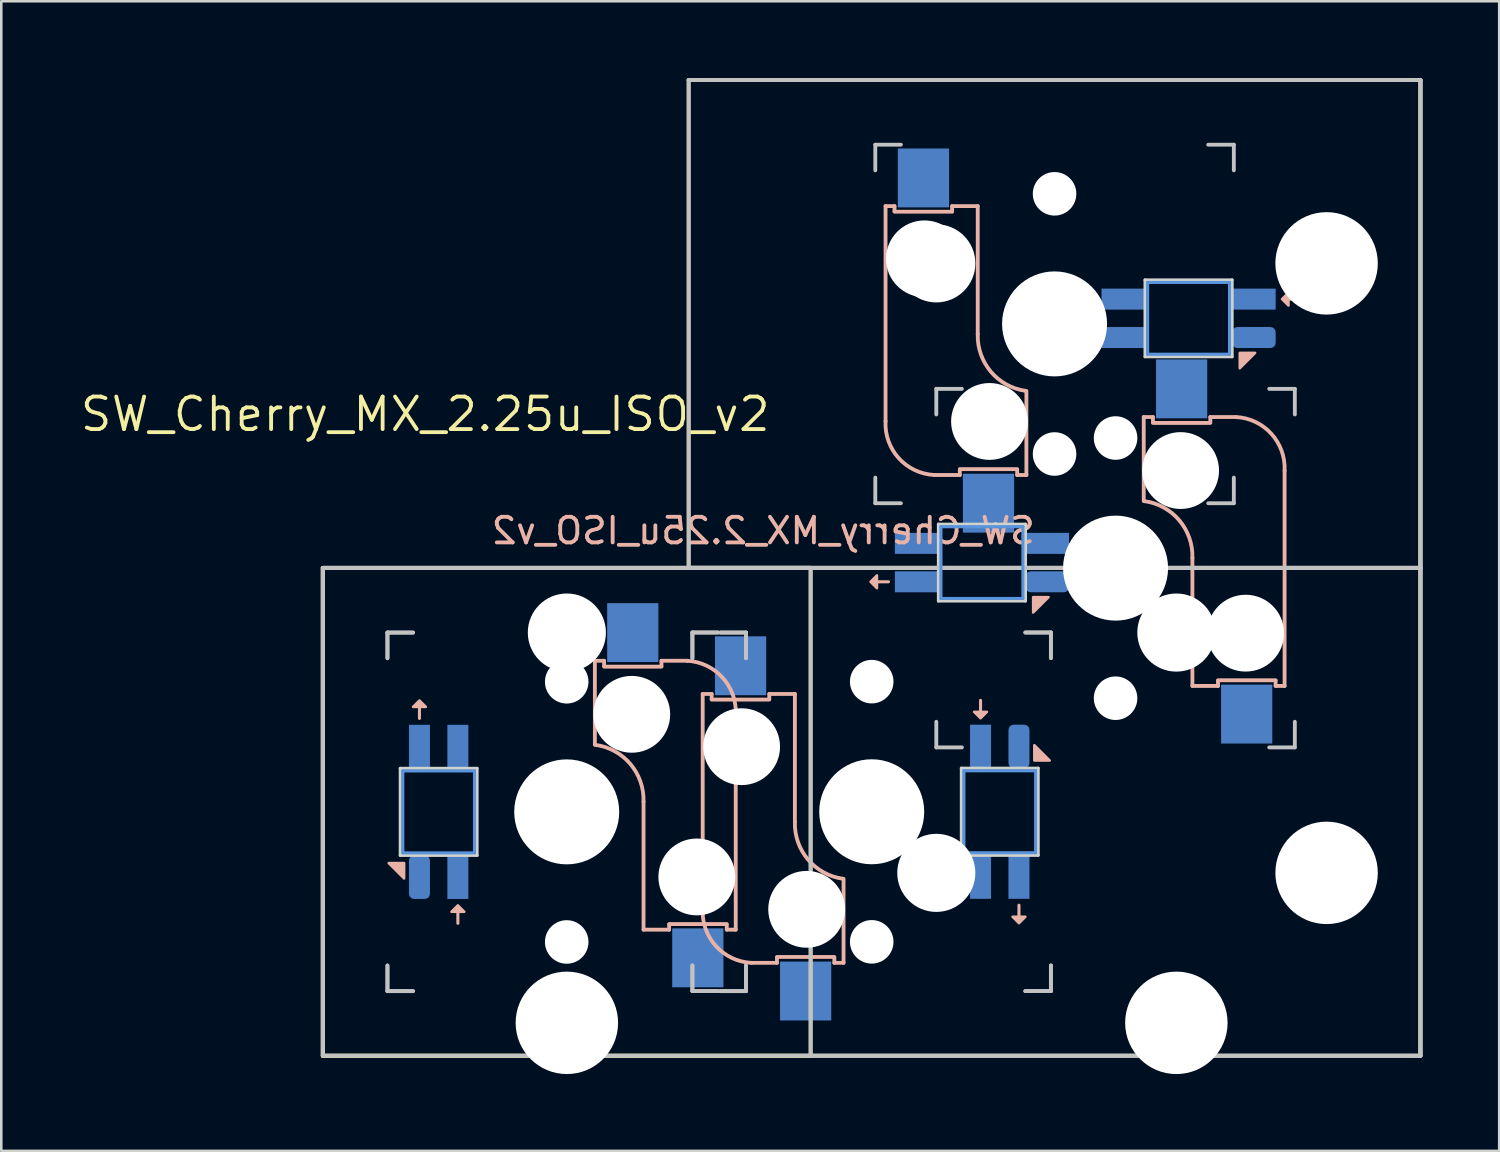
<source format=kicad_pcb>
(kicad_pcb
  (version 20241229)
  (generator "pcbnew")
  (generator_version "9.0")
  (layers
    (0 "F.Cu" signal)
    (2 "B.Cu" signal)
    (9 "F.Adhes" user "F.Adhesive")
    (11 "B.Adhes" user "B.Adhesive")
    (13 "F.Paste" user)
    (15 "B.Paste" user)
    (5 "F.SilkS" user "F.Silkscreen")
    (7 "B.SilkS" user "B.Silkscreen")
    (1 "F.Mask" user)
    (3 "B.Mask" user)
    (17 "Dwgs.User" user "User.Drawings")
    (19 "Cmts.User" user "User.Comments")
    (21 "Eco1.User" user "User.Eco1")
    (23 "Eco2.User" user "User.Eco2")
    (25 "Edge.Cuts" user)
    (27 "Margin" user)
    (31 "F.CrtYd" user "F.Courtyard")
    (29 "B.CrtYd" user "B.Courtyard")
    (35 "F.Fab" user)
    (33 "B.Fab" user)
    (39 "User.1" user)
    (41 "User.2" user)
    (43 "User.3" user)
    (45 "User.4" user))
  (footprint "SW_Cherry_MX_2.25u_ISO_v2"
    (layer "F.Cu")
    (at 9.554 19.125)
    (property "Reference" "SW_Cherry_MX_2.25u_ISO_v2" (at 4 -6 0) (layer "F.SilkS") (effects (font (size 1.27 1.27) (thickness 0.15))))
    (attr through_hole)
    (fp_line (start 0 0) (end 19.05 0) (stroke (width 0.15) (type solid)) (layer "F.SilkS"))
    (fp_line (start 0 0) (end 42.862 0) (stroke (width 0.15) (type solid)) (layer "F.SilkS"))
    (fp_line (start 0 19.05) (end 0 0) (stroke (width 0.15) (type solid)) (layer "F.SilkS"))
    (fp_line (start 0 19.05) (end 0 0) (stroke (width 0.15) (type solid)) (layer "F.SilkS"))
    (fp_line (start 14.287 -19.05) (end 42.862 -19.05) (stroke (width 0.15) (type solid)) (layer "F.SilkS"))
    (fp_line (start 14.287 0) (end 14.287 -19.05) (stroke (width 0.15) (type solid)) (layer "F.SilkS"))
    (fp_line (start 19.05 0) (end 19.05 19.05) (stroke (width 0.15) (type solid)) (layer "F.SilkS"))
    (fp_line (start 19.05 19.05) (end 0 19.05) (stroke (width 0.15) (type solid)) (layer "F.SilkS"))
    (fp_line (start 42.862 -19.05) (end 42.862 0) (stroke (width 0.15) (type solid)) (layer "F.SilkS"))
    (fp_line (start 42.862 0) (end 14.287 0) (stroke (width 0.15) (type solid)) (layer "F.SilkS"))
    (fp_line (start 42.862 0) (end 42.862 19.05) (stroke (width 0.15) (type solid)) (layer "F.SilkS"))
    (fp_line (start 42.862 19.05) (end 0 19.05) (stroke (width 0.15) (type solid)) (layer "F.SilkS"))
    (fp_line (start 3.775 5.428) (end 3.775 5.878) (stroke (width 0.12) (type solid)) (layer "B.SilkS"))
    (fp_line (start 5.275 13.428) (end 5.275 13.877) (stroke (width 0.12) (type solid)) (layer "B.SilkS"))
    (fp_line (start 10.625 3.627) (end 10.625 6.907) (stroke (width 0.15) (type solid)) (layer "B.SilkS"))
    (fp_line (start 10.625 3.627) (end 10.985 3.627) (stroke (width 0.15) (type solid)) (layer "B.SilkS"))
    (fp_line (start 10.985 3.828) (end 10.985 3.627) (stroke (width 0.15) (type solid)) (layer "B.SilkS"))
    (fp_line (start 12.525 9.127) (end 12.525 14.127) (stroke (width 0.15) (type solid)) (layer "B.SilkS"))
    (fp_line (start 12.525 14.127) (end 13.525 14.127) (stroke (width 0.15) (type solid)) (layer "B.SilkS"))
    (fp_line (start 13.225 3.627) (end 13.225 3.828) (stroke (width 0.15) (type solid)) (layer "B.SilkS"))
    (fp_line (start 13.225 3.857) (end 10.985 3.857) (stroke (width 0.15) (type solid)) (layer "B.SilkS"))
    (fp_line (start 13.525 13.908) (end 15.775 13.908) (stroke (width 0.15) (type solid)) (layer "B.SilkS"))
    (fp_line (start 13.525 14.127) (end 13.525 13.928) (stroke (width 0.15) (type solid)) (layer "B.SilkS"))
    (fp_line (start 14.225 3.627) (end 13.225 3.627) (stroke (width 0.15) (type solid)) (layer "B.SilkS"))
    (fp_line (start 14.835 4.923) (end 14.835 13.323) (stroke (width 0.15) (type solid)) (layer "B.SilkS"))
    (fp_line (start 15.185 4.923) (end 14.835 4.923) (stroke (width 0.15) (type solid)) (layer "B.SilkS"))
    (fp_line (start 15.185 5.122) (end 15.185 4.923) (stroke (width 0.15) (type solid)) (layer "B.SilkS"))
    (fp_line (start 15.775 13.928) (end 15.775 14.127) (stroke (width 0.15) (type solid)) (layer "B.SilkS"))
    (fp_line (start 15.775 14.127) (end 16.125 14.127) (stroke (width 0.15) (type solid)) (layer "B.SilkS"))
    (fp_line (start 16.125 14.127) (end 16.125 5.727) (stroke (width 0.15) (type solid)) (layer "B.SilkS"))
    (fp_line (start 16.735 15.422) (end 17.735 15.422) (stroke (width 0.15) (type solid)) (layer "B.SilkS"))
    (fp_line (start 17.435 4.923) (end 17.435 5.122) (stroke (width 0.15) (type solid)) (layer "B.SilkS"))
    (fp_line (start 17.435 5.143) (end 15.185 5.143) (stroke (width 0.15) (type solid)) (layer "B.SilkS"))
    (fp_line (start 17.735 15.193) (end 19.975 15.193) (stroke (width 0.15) (type solid)) (layer "B.SilkS"))
    (fp_line (start 17.735 15.422) (end 17.735 15.223) (stroke (width 0.15) (type solid)) (layer "B.SilkS"))
    (fp_line (start 18.435 4.923) (end 17.435 4.923) (stroke (width 0.15) (type solid)) (layer "B.SilkS"))
    (fp_line (start 18.435 9.922) (end 18.435 4.923) (stroke (width 0.15) (type solid)) (layer "B.SilkS"))
    (fp_line (start 19.975 15.223) (end 19.975 15.422) (stroke (width 0.15) (type solid)) (layer "B.SilkS"))
    (fp_line (start 20.335 15.422) (end 19.975 15.422) (stroke (width 0.15) (type solid)) (layer "B.SilkS"))
    (fp_line (start 20.335 15.422) (end 20.335 12.143) (stroke (width 0.15) (type solid)) (layer "B.SilkS"))
    (fp_line (start 21.639 0.543) (end 22.089 0.543) (stroke (width 0.12) (type solid)) (layer "B.SilkS"))
    (fp_line (start 21.975 -14.127) (end 21.975 -5.727) (stroke (width 0.15) (type solid)) (layer "B.SilkS"))
    (fp_line (start 22.325 -14.127) (end 21.975 -14.127) (stroke (width 0.15) (type solid)) (layer "B.SilkS"))
    (fp_line (start 22.325 -13.928) (end 22.325 -14.127) (stroke (width 0.15) (type solid)) (layer "B.SilkS"))
    (fp_line (start 23.875 -3.627) (end 24.875 -3.627) (stroke (width 0.15) (type solid)) (layer "B.SilkS"))
    (fp_line (start 24.575 -14.127) (end 24.575 -13.928) (stroke (width 0.15) (type solid)) (layer "B.SilkS"))
    (fp_line (start 24.575 -13.908) (end 22.325 -13.908) (stroke (width 0.15) (type solid)) (layer "B.SilkS"))
    (fp_line (start 24.875 -3.857) (end 27.115 -3.857) (stroke (width 0.15) (type solid)) (layer "B.SilkS"))
    (fp_line (start 24.875 -3.627) (end 24.875 -3.828) (stroke (width 0.15) (type solid)) (layer "B.SilkS"))
    (fp_line (start 25.575 -14.127) (end 24.575 -14.127) (stroke (width 0.15) (type solid)) (layer "B.SilkS"))
    (fp_line (start 25.575 -9.127) (end 25.575 -14.127) (stroke (width 0.15) (type solid)) (layer "B.SilkS"))
    (fp_line (start 25.685 5.622) (end 25.685 5.173) (stroke (width 0.12) (type solid)) (layer "B.SilkS"))
    (fp_line (start 27.115 -3.828) (end 27.115 -3.627) (stroke (width 0.15) (type solid)) (layer "B.SilkS"))
    (fp_line (start 27.185 13.623) (end 27.185 13.172) (stroke (width 0.12) (type solid)) (layer "B.SilkS"))
    (fp_line (start 27.475 -3.627) (end 27.115 -3.627) (stroke (width 0.15) (type solid)) (layer "B.SilkS"))
    (fp_line (start 27.475 -3.627) (end 27.475 -6.907) (stroke (width 0.15) (type solid)) (layer "B.SilkS"))
    (fp_line (start 29.639 -0.957) (end 30.089 -0.957) (stroke (width 0.12) (type solid)) (layer "B.SilkS"))
    (fp_line (start 29.707 -8.995) (end 30.157 -8.995) (stroke (width 0.12) (type solid)) (layer "B.SilkS"))
    (fp_line (start 32.057 -5.891) (end 32.057 -2.611) (stroke (width 0.15) (type solid)) (layer "B.SilkS"))
    (fp_line (start 32.057 -5.891) (end 32.417 -5.891) (stroke (width 0.15) (type solid)) (layer "B.SilkS"))
    (fp_line (start 32.417 -5.691) (end 32.417 -5.891) (stroke (width 0.15) (type solid)) (layer "B.SilkS"))
    (fp_line (start 33.957 -0.391) (end 33.957 4.609) (stroke (width 0.15) (type solid)) (layer "B.SilkS"))
    (fp_line (start 33.957 4.609) (end 34.957 4.609) (stroke (width 0.15) (type solid)) (layer "B.SilkS"))
    (fp_line (start 34.657 -5.891) (end 34.657 -5.691) (stroke (width 0.15) (type solid)) (layer "B.SilkS"))
    (fp_line (start 34.657 -5.661) (end 32.417 -5.661) (stroke (width 0.15) (type solid)) (layer "B.SilkS"))
    (fp_line (start 34.957 4.389) (end 37.207 4.389) (stroke (width 0.15) (type solid)) (layer "B.SilkS"))
    (fp_line (start 34.957 4.609) (end 34.957 4.409) (stroke (width 0.15) (type solid)) (layer "B.SilkS"))
    (fp_line (start 35.657 -5.891) (end 34.657 -5.891) (stroke (width 0.15) (type solid)) (layer "B.SilkS"))
    (fp_line (start 37.207 4.409) (end 37.207 4.609) (stroke (width 0.15) (type solid)) (layer "B.SilkS"))
    (fp_line (start 37.207 4.609) (end 37.557 4.609) (stroke (width 0.15) (type solid)) (layer "B.SilkS"))
    (fp_line (start 37.557 4.609) (end 37.557 -3.791) (stroke (width 0.15) (type solid)) (layer "B.SilkS"))
    (fp_line (start 37.708 -10.495) (end 38.157 -10.495) (stroke (width 0.12) (type solid)) (layer "B.SilkS"))
    (fp_arc (start 10.646471 6.911182) (mid 12.011118 7.658791) (end 12.525 9.1275) (stroke (width 0.15) (type solid)) (layer "B.SilkS"))
    (fp_arc (start 14.224999 3.6275) (mid 15.609924 4.283996) (end 16.125 5.727499) (stroke (width 0.15) (type solid)) (layer "B.SilkS"))
    (fp_arc (start 16.735001 15.4225) (mid 15.350076 14.766004) (end 14.835 13.322501) (stroke (width 0.15) (type solid)) (layer "B.SilkS"))
    (fp_arc (start 20.313529 12.138818) (mid 18.948882 11.391209) (end 18.435 9.9225) (stroke (width 0.15) (type solid)) (layer "B.SilkS"))
    (fp_arc (start 23.875001 -3.6275) (mid 22.490076 -4.283996) (end 21.975 -5.727499) (stroke (width 0.15) (type solid)) (layer "B.SilkS"))
    (fp_arc (start 27.453529 -6.911182) (mid 26.088882 -7.658791) (end 25.575 -9.1275) (stroke (width 0.15) (type solid)) (layer "B.SilkS"))
    (fp_arc (start 32.078321 -2.607318) (mid 33.442968 -1.859709) (end 33.95685 -0.391) (stroke (width 0.15) (type solid)) (layer "B.SilkS"))
    (fp_arc (start 35.656849 -5.891) (mid 37.041774 -5.234504) (end 37.55685 -3.791001) (stroke (width 0.15) (type solid)) (layer "B.SilkS"))
    (fp_poly (pts (xy 2.575 11.527) (xy 3.175 11.527) (xy 3.175 12.127)) (stroke (width 0.1) (type solid)) (fill yes) (layer "B.SilkS"))
    (fp_poly (pts (xy 4.025 5.428) (xy 3.775 5.178) (xy 3.525 5.428)) (stroke (width 0.1) (type solid)) (fill yes) (layer "B.SilkS"))
    (fp_poly (pts (xy 5.525 13.428) (xy 5.275 13.178) (xy 5.025 13.428)) (stroke (width 0.1) (type solid)) (fill yes) (layer "B.SilkS"))
    (fp_poly (pts (xy 21.639 0.293) (xy 21.389 0.543) (xy 21.639 0.793)) (stroke (width 0.1) (type solid)) (fill yes) (layer "B.SilkS"))
    (fp_poly (pts (xy 25.435 5.622) (xy 25.685 5.872) (xy 25.935 5.622)) (stroke (width 0.1) (type solid)) (fill yes) (layer "B.SilkS"))
    (fp_poly (pts (xy 26.935 13.623) (xy 27.185 13.873) (xy 27.435 13.623)) (stroke (width 0.1) (type solid)) (fill yes) (layer "B.SilkS"))
    (fp_poly (pts (xy 27.739 1.743) (xy 27.739 1.143) (xy 28.339 1.143)) (stroke (width 0.1) (type solid)) (fill yes) (layer "B.SilkS"))
    (fp_poly (pts (xy 28.385 7.522) (xy 27.785 7.522) (xy 27.785 6.923)) (stroke (width 0.1) (type solid)) (fill yes) (layer "B.SilkS"))
    (fp_poly (pts (xy 29.639 -1.207) (xy 29.389 -0.957) (xy 29.639 -0.707)) (stroke (width 0.1) (type solid)) (fill yes) (layer "B.SilkS"))
    (fp_poly (pts (xy 29.707 -9.245) (xy 29.457 -8.995) (xy 29.707 -8.745)) (stroke (width 0.1) (type solid)) (fill yes) (layer "B.SilkS"))
    (fp_poly (pts (xy 35.807 -7.795) (xy 35.807 -8.395) (xy 36.407 -8.395)) (stroke (width 0.1) (type solid)) (fill yes) (layer "B.SilkS"))
    (fp_poly (pts (xy 37.708 -10.745) (xy 37.458 -10.495) (xy 37.708 -10.245)) (stroke (width 0.1) (type solid)) (fill yes) (layer "B.SilkS"))
    (fp_line (start 0 0) (end 19.05 0) (stroke (width 0.15) (type solid)) (layer "Dwgs.User"))
    (fp_line (start 0 0) (end 42.862 0) (stroke (width 0.15) (type solid)) (layer "Dwgs.User"))
    (fp_line (start 0 19.05) (end 0 0) (stroke (width 0.15) (type solid)) (layer "Dwgs.User"))
    (fp_line (start 2.525 2.525) (end 3.525 2.525) (stroke (width 0.15) (type solid)) (layer "Dwgs.User"))
    (fp_line (start 2.525 2.527) (end 2.525 3.527) (stroke (width 0.15) (type solid)) (layer "Dwgs.User"))
    (fp_line (start 2.525 3.525) (end 2.525 2.525) (stroke (width 0.15) (type solid)) (layer "Dwgs.User"))
    (fp_line (start 2.525 15.525) (end 2.525 16.525) (stroke (width 0.15) (type solid)) (layer "Dwgs.User"))
    (fp_line (start 2.525 15.527) (end 2.525 16.527) (stroke (width 0.15) (type solid)) (layer "Dwgs.User"))
    (fp_line (start 2.525 16.525) (end 3.525 16.525) (stroke (width 0.15) (type solid)) (layer "Dwgs.User"))
    (fp_line (start 2.525 16.527) (end 3.525 16.527) (stroke (width 0.15) (type solid)) (layer "Dwgs.User"))
    (fp_line (start 3.525 2.527) (end 2.525 2.527) (stroke (width 0.15) (type solid)) (layer "Dwgs.User"))
    (fp_line (start 14.287 -19.05) (end 14.287 0) (stroke (width 0.15) (type solid)) (layer "Dwgs.User"))
    (fp_line (start 14.287 -19.05) (end 42.862 -19.05) (stroke (width 0.15) (type solid)) (layer "Dwgs.User"))
    (fp_line (start 14.431 2.525) (end 15.431 2.525) (stroke (width 0.15) (type solid)) (layer "Dwgs.User"))
    (fp_line (start 14.431 3.525) (end 14.431 2.525) (stroke (width 0.15) (type solid)) (layer "Dwgs.User"))
    (fp_line (start 14.431 15.525) (end 14.431 16.525) (stroke (width 0.15) (type solid)) (layer "Dwgs.User"))
    (fp_line (start 14.431 16.525) (end 15.431 16.525) (stroke (width 0.15) (type solid)) (layer "Dwgs.User"))
    (fp_line (start 14.435 2.522) (end 14.435 3.522) (stroke (width 0.15) (type solid)) (layer "Dwgs.User"))
    (fp_line (start 14.435 2.522) (end 15.435 2.522) (stroke (width 0.15) (type solid)) (layer "Dwgs.User"))
    (fp_line (start 14.435 16.523) (end 14.435 15.523) (stroke (width 0.15) (type solid)) (layer "Dwgs.User"))
    (fp_line (start 15.435 16.523) (end 14.435 16.523) (stroke (width 0.15) (type solid)) (layer "Dwgs.User"))
    (fp_line (start 15.525 2.527) (end 16.525 2.527) (stroke (width 0.15) (type solid)) (layer "Dwgs.User"))
    (fp_line (start 15.525 16.525) (end 16.525 16.525) (stroke (width 0.15) (type solid)) (layer "Dwgs.User"))
    (fp_line (start 16.525 2.525) (end 15.525 2.525) (stroke (width 0.15) (type solid)) (layer "Dwgs.User"))
    (fp_line (start 16.525 2.525) (end 16.525 3.525) (stroke (width 0.15) (type solid)) (layer "Dwgs.User"))
    (fp_line (start 16.525 2.527) (end 16.525 3.527) (stroke (width 0.15) (type solid)) (layer "Dwgs.User"))
    (fp_line (start 16.525 16.525) (end 16.525 15.525) (stroke (width 0.15) (type solid)) (layer "Dwgs.User"))
    (fp_line (start 16.525 16.527) (end 15.525 16.527) (stroke (width 0.15) (type solid)) (layer "Dwgs.User"))
    (fp_line (start 16.525 16.527) (end 16.525 15.527) (stroke (width 0.15) (type solid)) (layer "Dwgs.User"))
    (fp_line (start 19.05 0) (end 14.287 0) (stroke (width 0.15) (type solid)) (layer "Dwgs.User"))
    (fp_line (start 19.05 19.05) (end 19.05 0) (stroke (width 0.15) (type solid)) (layer "Dwgs.User"))
    (fp_line (start 19.05 19.05) (end 42.862 19.05) (stroke (width 0.15) (type solid)) (layer "Dwgs.User"))
    (fp_line (start 21.575 -16.525) (end 22.575 -16.525) (stroke (width 0.15) (type solid)) (layer "Dwgs.User"))
    (fp_line (start 21.575 -15.525) (end 21.575 -16.525) (stroke (width 0.15) (type solid)) (layer "Dwgs.User"))
    (fp_line (start 21.575 -3.525) (end 21.575 -2.525) (stroke (width 0.15) (type solid)) (layer "Dwgs.User"))
    (fp_line (start 21.575 -2.525) (end 22.575 -2.525) (stroke (width 0.15) (type solid)) (layer "Dwgs.User"))
    (fp_line (start 23.957 -6.991) (end 23.957 -5.991) (stroke (width 0.15) (type solid)) (layer "Dwgs.User"))
    (fp_line (start 23.957 6.009) (end 23.957 7.009) (stroke (width 0.15) (type solid)) (layer "Dwgs.User"))
    (fp_line (start 23.957 7.009) (end 24.957 7.009) (stroke (width 0.15) (type solid)) (layer "Dwgs.User"))
    (fp_line (start 24.957 -6.991) (end 23.957 -6.991) (stroke (width 0.15) (type solid)) (layer "Dwgs.User"))
    (fp_line (start 27.431 16.525) (end 28.431 16.525) (stroke (width 0.15) (type solid)) (layer "Dwgs.User"))
    (fp_line (start 27.435 16.523) (end 28.435 16.523) (stroke (width 0.15) (type solid)) (layer "Dwgs.User"))
    (fp_line (start 28.431 2.525) (end 27.431 2.525) (stroke (width 0.15) (type solid)) (layer "Dwgs.User"))
    (fp_line (start 28.431 2.525) (end 28.431 3.525) (stroke (width 0.15) (type solid)) (layer "Dwgs.User"))
    (fp_line (start 28.431 16.525) (end 28.431 15.525) (stroke (width 0.15) (type solid)) (layer "Dwgs.User"))
    (fp_line (start 28.435 2.522) (end 27.435 2.522) (stroke (width 0.15) (type solid)) (layer "Dwgs.User"))
    (fp_line (start 28.435 3.522) (end 28.435 2.522) (stroke (width 0.15) (type solid)) (layer "Dwgs.User"))
    (fp_line (start 28.435 16.523) (end 28.435 15.523) (stroke (width 0.15) (type solid)) (layer "Dwgs.User"))
    (fp_line (start 34.575 -2.525) (end 35.575 -2.525) (stroke (width 0.15) (type solid)) (layer "Dwgs.User"))
    (fp_line (start 35.575 -16.525) (end 34.575 -16.525) (stroke (width 0.15) (type solid)) (layer "Dwgs.User"))
    (fp_line (start 35.575 -16.525) (end 35.575 -15.525) (stroke (width 0.15) (type solid)) (layer "Dwgs.User"))
    (fp_line (start 35.575 -2.525) (end 35.575 -3.525) (stroke (width 0.15) (type solid)) (layer "Dwgs.User"))
    (fp_line (start 36.957 7.009) (end 37.957 7.009) (stroke (width 0.15) (type solid)) (layer "Dwgs.User"))
    (fp_line (start 37.957 -6.991) (end 36.957 -6.991) (stroke (width 0.15) (type solid)) (layer "Dwgs.User"))
    (fp_line (start 37.957 -6.991) (end 37.957 -5.991) (stroke (width 0.15) (type solid)) (layer "Dwgs.User"))
    (fp_line (start 37.957 7.009) (end 37.957 6.009) (stroke (width 0.15) (type solid)) (layer "Dwgs.User"))
    (fp_line (start 42.862 -19.05) (end 42.862 0) (stroke (width 0.15) (type solid)) (layer "Dwgs.User"))
    (fp_line (start 42.862 -19.05) (end 42.862 19.05) (stroke (width 0.15) (type solid)) (layer "Dwgs.User"))
    (fp_line (start 42.862 -19.05) (end 42.862 19.05) (stroke (width 0.15) (type solid)) (layer "Dwgs.User"))
    (fp_line (start 42.862 0) (end 14.287 0) (stroke (width 0.15) (type solid)) (layer "Dwgs.User"))
    (fp_line (start 42.862 0) (end 42.862 19.05) (stroke (width 0.15) (type solid)) (layer "Dwgs.User"))
    (fp_line (start 42.862 19.05) (end 0 19.05) (stroke (width 0.15) (type solid)) (layer "Dwgs.User"))
    (fp_line (start 3.125 7.928) (end 5.925 7.928) (stroke (width 0.12) (type solid)) (layer "Cmts.User"))
    (fp_line (start 3.125 11.127) (end 3.125 7.928) (stroke (width 0.12) (type solid)) (layer "Cmts.User"))
    (fp_line (start 5.925 7.928) (end 5.925 11.127) (stroke (width 0.12) (type solid)) (layer "Cmts.User"))
    (fp_line (start 5.925 11.127) (end 3.125 11.127) (stroke (width 0.12) (type solid)) (layer "Cmts.User"))
    (fp_line (start 24.139 -1.607) (end 27.339 -1.607) (stroke (width 0.12) (type solid)) (layer "Cmts.User"))
    (fp_line (start 24.139 1.193) (end 24.139 -1.607) (stroke (width 0.12) (type solid)) (layer "Cmts.User"))
    (fp_line (start 25.035 7.923) (end 27.835 7.923) (stroke (width 0.12) (type solid)) (layer "Cmts.User"))
    (fp_line (start 25.035 11.123) (end 25.035 7.923) (stroke (width 0.12) (type solid)) (layer "Cmts.User"))
    (fp_line (start 27.339 -1.607) (end 27.339 1.193) (stroke (width 0.12) (type solid)) (layer "Cmts.User"))
    (fp_line (start 27.339 1.193) (end 24.139 1.193) (stroke (width 0.12) (type solid)) (layer "Cmts.User"))
    (fp_line (start 27.835 7.923) (end 27.835 11.123) (stroke (width 0.12) (type solid)) (layer "Cmts.User"))
    (fp_line (start 27.835 11.123) (end 25.035 11.123) (stroke (width 0.12) (type solid)) (layer "Cmts.User"))
    (fp_line (start 32.208 -11.145) (end 35.407 -11.145) (stroke (width 0.12) (type solid)) (layer "Cmts.User"))
    (fp_line (start 32.208 -8.345) (end 32.208 -11.145) (stroke (width 0.12) (type solid)) (layer "Cmts.User"))
    (fp_line (start 35.407 -11.145) (end 35.407 -8.345) (stroke (width 0.12) (type solid)) (layer "Cmts.User"))
    (fp_line (start 35.407 -8.345) (end 32.208 -8.345) (stroke (width 0.12) (type solid)) (layer "Cmts.User"))
    (fp_line (start 2.47 2.48) (end 23.907 2.48) (stroke (width 0.05) (type solid)) (layer "Eco1.User"))
    (fp_line (start 2.47 16.58) (end 2.47 2.48) (stroke (width 0.05) (type solid)) (layer "Eco1.User"))
    (fp_line (start 5.935 16.58) (end 2.47 16.58) (stroke (width 0.05) (type solid)) (layer "Eco1.User"))
    (fp_line (start 5.935 18.573) (end 5.935 16.58) (stroke (width 0.05) (type solid)) (layer "Eco1.User"))
    (fp_line (start 12.935 16.573) (end 12.935 18.573) (stroke (width 0.05) (type solid)) (layer "Eco1.User"))
    (fp_line (start 12.935 18.573) (end 5.935 18.573) (stroke (width 0.05) (type solid)) (layer "Eco1.User"))
    (fp_line (start 14.385 2.473) (end 14.385 3.473) (stroke (width 0.05) (type solid)) (layer "Eco1.User"))
    (fp_line (start 21.53 -16.58) (end 35.63 -16.58) (stroke (width 0.05) (type solid)) (layer "Eco1.User"))
    (fp_line (start 21.53 -2.48) (end 21.53 -16.58) (stroke (width 0.05) (type solid)) (layer "Eco1.User"))
    (fp_line (start 23.907 -2.48) (end 21.53 -2.48) (stroke (width 0.05) (type solid)) (layer "Eco1.User"))
    (fp_line (start 23.907 2.48) (end 23.907 -2.48) (stroke (width 0.05) (type solid)) (layer "Eco1.User"))
    (fp_line (start 29.935 16.573) (end 12.935 16.573) (stroke (width 0.05) (type solid)) (layer "Eco1.User"))
    (fp_line (start 29.935 18.573) (end 29.935 16.573) (stroke (width 0.05) (type solid)) (layer "Eco1.User"))
    (fp_line (start 29.935 18.573) (end 36.935 18.573) (stroke (width 0.05) (type solid)) (layer "Eco1.User"))
    (fp_line (start 35.63 -16.58) (end 35.63 -15.491) (stroke (width 0.05) (type solid)) (layer "Eco1.User"))
    (fp_line (start 36.935 18.573) (end 36.935 15.509) (stroke (width 0.05) (type solid)) (layer "Eco1.User"))
    (fp_line (start 38.007 8.509) (end 38.007 -8.491) (stroke (width 0.05) (type default)) (layer "Eco1.User"))
    (fp_line (start 38.007 8.509) (end 40.007 8.509) (stroke (width 0.05) (type solid)) (layer "Eco1.User"))
    (fp_line (start 40.007 -15.491) (end 35.63 -15.491) (stroke (width 0.05) (type solid)) (layer "Eco1.User"))
    (fp_line (start 40.007 -8.491) (end 38.007 -8.491) (stroke (width 0.05) (type solid)) (layer "Eco1.User"))
    (fp_line (start 40.007 -8.491) (end 40.007 -15.491) (stroke (width 0.05) (type solid)) (layer "Eco1.User"))
    (fp_line (start 40.007 8.509) (end 40.007 15.509) (stroke (width 0.05) (type solid)) (layer "Eco1.User"))
    (fp_line (start 40.007 15.509) (end 36.935 15.509) (stroke (width 0.05) (type solid)) (layer "Eco1.User"))
    (fp_line (start 3.025 7.827) (end 6.025 7.827) (stroke (width 0.12) (type solid)) (layer "Edge.Cuts"))
    (fp_line (start 3.025 11.227) (end 3.025 7.827) (stroke (width 0.12) (type solid)) (layer "Edge.Cuts"))
    (fp_line (start 6.025 7.827) (end 6.025 11.227) (stroke (width 0.12) (type solid)) (layer "Edge.Cuts"))
    (fp_line (start 6.025 11.227) (end 3.025 11.227) (stroke (width 0.12) (type solid)) (layer "Edge.Cuts"))
    (fp_line (start 24.039 -1.707) (end 27.439 -1.707) (stroke (width 0.12) (type solid)) (layer "Edge.Cuts"))
    (fp_line (start 24.039 1.293) (end 24.039 -1.707) (stroke (width 0.12) (type solid)) (layer "Edge.Cuts"))
    (fp_line (start 24.935 7.822) (end 27.935 7.822) (stroke (width 0.12) (type solid)) (layer "Edge.Cuts"))
    (fp_line (start 24.935 11.223) (end 24.935 7.822) (stroke (width 0.12) (type solid)) (layer "Edge.Cuts"))
    (fp_line (start 27.439 -1.707) (end 27.439 1.293) (stroke (width 0.12) (type solid)) (layer "Edge.Cuts"))
    (fp_line (start 27.439 1.293) (end 24.039 1.293) (stroke (width 0.12) (type solid)) (layer "Edge.Cuts"))
    (fp_line (start 27.935 7.822) (end 27.935 11.223) (stroke (width 0.12) (type solid)) (layer "Edge.Cuts"))
    (fp_line (start 27.935 11.223) (end 24.935 11.223) (stroke (width 0.12) (type solid)) (layer "Edge.Cuts"))
    (fp_line (start 32.108 -11.245) (end 35.508 -11.245) (stroke (width 0.12) (type solid)) (layer "Edge.Cuts"))
    (fp_line (start 32.108 -8.245) (end 32.108 -11.245) (stroke (width 0.12) (type solid)) (layer "Edge.Cuts"))
    (fp_line (start 35.508 -11.245) (end 35.508 -8.245) (stroke (width 0.12) (type solid)) (layer "Edge.Cuts"))
    (fp_line (start 35.508 -8.245) (end 32.108 -8.245) (stroke (width 0.12) (type solid)) (layer "Edge.Cuts"))
    (fp_text user "${REFERENCE}" (at 17.2 -1.45 0) (layer "B.SilkS") (effects (font (size 1 1) (thickness 0.15)) (justify mirror)))
    (pad "" np_thru_hole circle (at 9.525 4.447 270) (size 1.7 1.7) (drill 1.7) (layers "*.Cu" "*.Mask"))
    (pad "" np_thru_hole circle (at 9.525 9.527) (size 4.1 4.1) (drill 4.1) (layers "*.Cu" "*.Mask"))
    (pad "" np_thru_hole circle (at 9.525 14.607 270) (size 1.7 1.7) (drill 1.7) (layers "*.Cu" "*.Mask"))
    (pad "" np_thru_hole circle (at 9.531 2.525) (size 3.05 3.05) (drill 3.05) (layers "*.Cu" "*.Mask"))
    (pad "" np_thru_hole circle (at 9.531 17.765) (size 4 4) (drill 4) (layers "*.Cu" "*.Mask"))
    (pad "" np_thru_hole circle (at 12.065 5.718 90) (size 3 3) (drill 3) (layers "*.Cu" "*.Mask"))
    (pad "" np_thru_hole circle (at 14.605 12.068 90) (size 3 3) (drill 3) (layers "*.Cu" "*.Mask"))
    (pad "" np_thru_hole circle (at 16.355 6.982 270) (size 3 3) (drill 3) (layers "*.Cu" "*.Mask"))
    (pad "" np_thru_hole circle (at 18.895 13.332 270) (size 3 3) (drill 3) (layers "*.Cu" "*.Mask"))
    (pad "" np_thru_hole circle (at 21.435 4.442 90) (size 1.7 1.7) (drill 1.7) (layers "*.Cu" "*.Mask"))
    (pad "" np_thru_hole circle (at 21.435 9.523 180) (size 4.1 4.1) (drill 4.1) (layers "*.Cu" "*.Mask"))
    (pad "" np_thru_hole circle (at 21.435 14.602 90) (size 1.7 1.7) (drill 1.7) (layers "*.Cu" "*.Mask"))
    (pad "" np_thru_hole circle (at 23.495 -12.068 270) (size 3 3) (drill 3) (layers "*.Cu" "*.Mask"))
    (pad "" np_thru_hole circle (at 23.957 -11.891 90) (size 3.05 3.05) (drill 3.05) (layers "*.Cu" "*.Mask"))
    (pad "" np_thru_hole circle (at 23.957 11.909 90) (size 3.05 3.05) (drill 3.05) (layers "*.Cu" "*.Mask"))
    (pad "" np_thru_hole circle (at 26.035 -5.718 270) (size 3 3) (drill 3) (layers "*.Cu" "*.Mask"))
    (pad "" np_thru_hole circle (at 28.575 -14.607 90) (size 1.7 1.7) (drill 1.7) (layers "*.Cu" "*.Mask"))
    (pad "" np_thru_hole circle (at 28.575 -9.527 180) (size 4.1 4.1) (drill 4.1) (layers "*.Cu" "*.Mask"))
    (pad "" np_thru_hole circle (at 28.575 -4.447 90) (size 1.7 1.7) (drill 1.7) (layers "*.Cu" "*.Mask"))
    (pad "" np_thru_hole circle (at 30.957 -5.071 270) (size 1.7 1.7) (drill 1.7) (layers "*.Cu" "*.Mask"))
    (pad "" np_thru_hole circle (at 30.957 0.009) (size 4.1 4.1) (drill 4.1) (layers "*.Cu" "*.Mask"))
    (pad "" np_thru_hole circle (at 30.957 5.089 270) (size 1.7 1.7) (drill 1.7) (layers "*.Cu" "*.Mask"))
    (pad "" np_thru_hole circle (at 33.331 2.525) (size 3.05 3.05) (drill 3.05) (layers "*.Cu" "*.Mask"))
    (pad "" np_thru_hole circle (at 33.331 17.765) (size 4 4) (drill 4) (layers "*.Cu" "*.Mask"))
    (pad "" np_thru_hole circle (at 33.497 -3.801 90) (size 3 3) (drill 3) (layers "*.Cu" "*.Mask"))
    (pad "" np_thru_hole circle (at 36.037 2.549 90) (size 3 3) (drill 3) (layers "*.Cu" "*.Mask"))
    (pad "" np_thru_hole circle (at 39.197 -11.891 90) (size 4 4) (drill 4) (layers "*.Cu" "*.Mask"))
    (pad "" np_thru_hole circle (at 39.197 11.909 90) (size 4 4) (drill 4) (layers "*.Cu" "*.Mask"))
    (pad "1" smd rect (at 12.105 2.527 90) (size 2.3 2) (layers "B.Cu" "B.Mask" "B.Paste"))
    (pad "1" smd rect (at 18.855 16.523 270) (size 2.3 2) (layers "B.Cu" "B.Mask" "B.Paste"))
    (pad "2" smd rect (at 14.645 15.227 90) (size 2.3 2) (layers "B.Cu" "B.Mask" "B.Paste"))
    (pad "2" smd rect (at 16.315 3.822 270) (size 2.3 2) (layers "B.Cu" "B.Mask" "B.Paste"))
    (pad "3" smd rect (at 5.275 6.978 270) (size 1.7 0.82) (layers "B.Cu" "B.Mask" "B.Paste"))
    (pad "3" smd rect (at 25.685 12.072 90) (size 1.7 0.82) (layers "B.Cu" "B.Mask" "B.Paste"))
    (pad "4" smd rect (at 3.775 6.978 270) (size 1.7 0.82) (layers "B.Cu" "B.Mask" "B.Paste"))
    (pad "4" smd rect (at 27.185 12.072 90) (size 1.7 0.82) (layers "B.Cu" "B.Mask" "B.Paste"))
    (pad "5" smd roundrect (at 3.775 12.078 270) (size 1.7 0.82) (layers "B.Cu" "B.Mask" "B.Paste") (roundrect_rratio 0.25))
    (pad "5" smd roundrect (at 27.185 6.973 90) (size 1.7 0.82) (layers "B.Cu" "B.Mask" "B.Paste") (roundrect_rratio 0.25))
    (pad "6" smd rect (at 5.275 12.078 270) (size 1.7 0.82) (layers "B.Cu" "B.Mask" "B.Paste"))
    (pad "6" smd rect (at 25.685 6.973 90) (size 1.7 0.82) (layers "B.Cu" "B.Mask" "B.Paste"))
    (pad "7" smd rect (at 25.995 -2.527 270) (size 2.3 2) (layers "B.Cu" "B.Mask" "B.Paste"))
    (pad "7" smd rect (at 33.537 -6.991 90) (size 2.3 2) (layers "B.Cu" "B.Mask" "B.Paste"))
    (pad "8" smd rect (at 23.455 -15.227 270) (size 2.3 2) (layers "B.Cu" "B.Mask" "B.Paste"))
    (pad "8" smd rect (at 36.077 5.709 90) (size 2.3 2) (layers "B.Cu" "B.Mask" "B.Paste"))
    (pad "9" smd rect (at 23.189 -0.957) (size 1.7 0.82) (layers "B.Cu" "B.Mask" "B.Paste"))
    (pad "9" smd rect (at 31.258 -10.495) (size 1.7 0.82) (layers "B.Cu" "B.Mask" "B.Paste"))
    (pad "10" smd rect (at 23.189 0.543) (size 1.7 0.82) (layers "B.Cu" "B.Mask" "B.Paste"))
    (pad "10" smd rect (at 31.258 -8.995) (size 1.7 0.82) (layers "B.Cu" "B.Mask" "B.Paste"))
    (pad "11" smd roundrect (at 28.289 0.543) (size 1.7 0.82) (layers "B.Cu" "B.Mask" "B.Paste") (roundrect_rratio 0.25))
    (pad "11" smd roundrect (at 36.358 -8.995) (size 1.7 0.82) (layers "B.Cu" "B.Mask" "B.Paste") (roundrect_rratio 0.25))
    (pad "12" smd rect (at 28.289 -0.957) (size 1.7 0.82) (layers "B.Cu" "B.Mask" "B.Paste"))
    (pad "12" smd rect (at 36.358 -10.495) (size 1.7 0.82) (layers "B.Cu" "B.Mask" "B.Paste")))
  (gr_rect
    (start -3 -3)
    (end 55.491 41.89)
    (stroke (width 0.1) (type default))
    (fill no)
    (layer "Edge.Cuts")))
</source>
